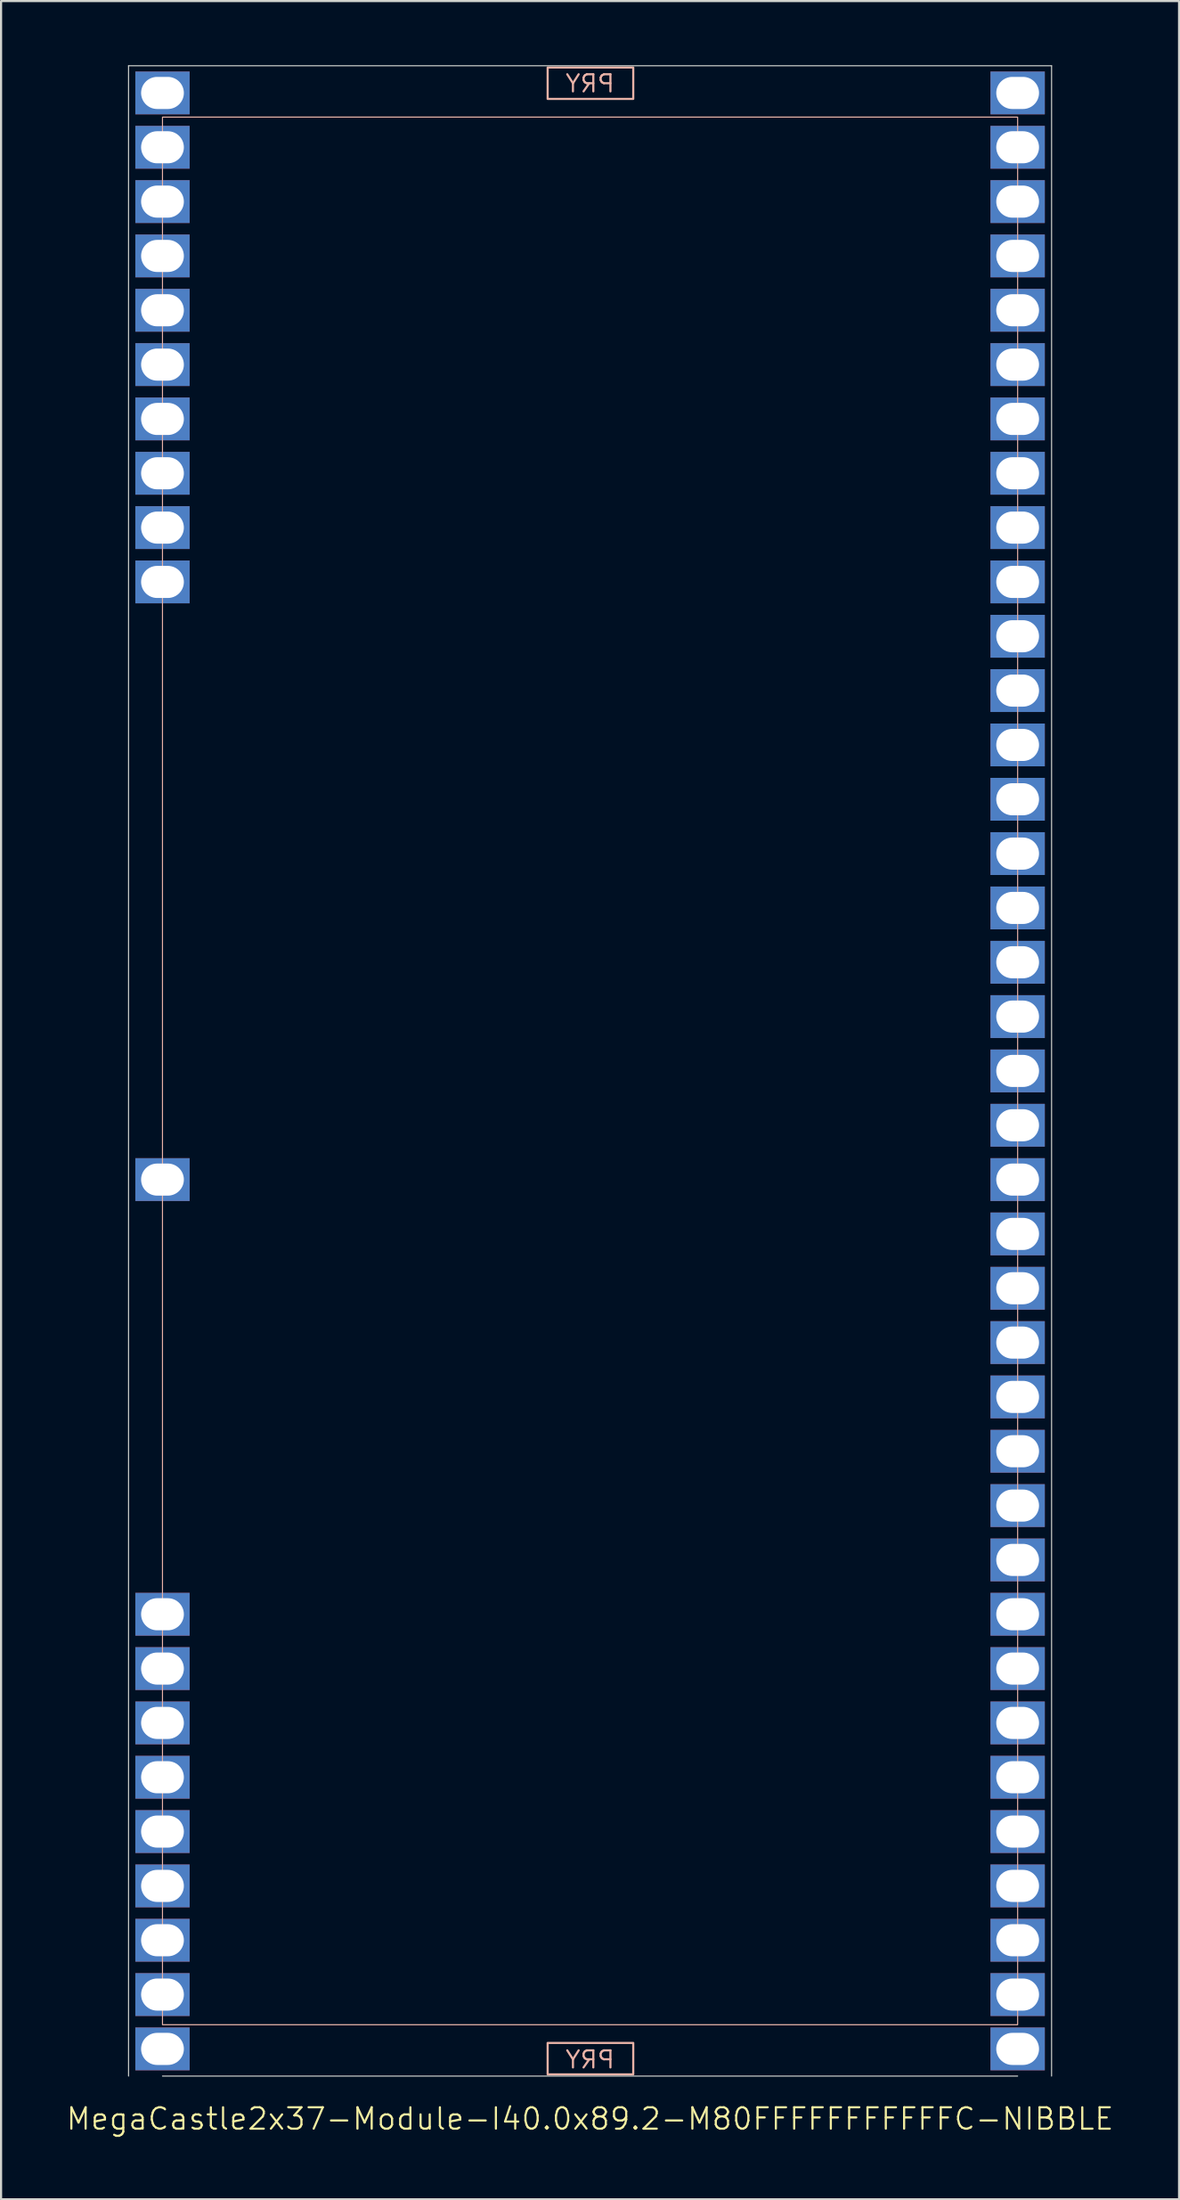
<source format=kicad_pcb>
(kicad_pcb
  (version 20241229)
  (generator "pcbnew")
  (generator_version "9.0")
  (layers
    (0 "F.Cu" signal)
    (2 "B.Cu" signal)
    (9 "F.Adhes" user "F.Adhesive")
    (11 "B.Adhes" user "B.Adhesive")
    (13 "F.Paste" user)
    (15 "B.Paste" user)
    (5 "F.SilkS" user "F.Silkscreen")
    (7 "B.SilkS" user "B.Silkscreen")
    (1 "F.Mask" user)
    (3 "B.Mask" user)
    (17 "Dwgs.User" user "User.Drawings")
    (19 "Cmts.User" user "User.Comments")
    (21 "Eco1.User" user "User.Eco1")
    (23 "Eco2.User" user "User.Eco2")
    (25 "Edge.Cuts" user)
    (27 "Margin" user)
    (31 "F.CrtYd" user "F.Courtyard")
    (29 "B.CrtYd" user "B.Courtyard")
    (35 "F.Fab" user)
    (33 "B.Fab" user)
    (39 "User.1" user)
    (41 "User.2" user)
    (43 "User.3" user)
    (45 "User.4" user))
  (footprint "MegaCastle2x37-Module-I40.0x89.2-M80FFFFFFFFFFFC-NIBBLE"
    (layer "F.Cu")
    (at 24.55 47.015)
    (property "Reference" "MegaCastle2x37-Module-I40.0x89.2-M80FFFFFFFFFFFC-NIBBLE" (at 0 48.99 0) (unlocked yes) (layer "F.SilkS") (effects (font (size 1 1) (thickness 0.1))))
    (attr smd)
    (fp_rect (start -20 44.59) (end 20 -44.59) (stroke (width 0.05) (type default)) (fill no) (layer "B.SilkS"))
    (fp_rect (start -1.984 -45.441) (end 2.02 -46.91) (stroke (width 0.1) (type default)) (fill no) (layer "B.SilkS"))
    (fp_rect (start -1.984 45.441) (end 2.02 46.91) (stroke (width 0.1) (type default)) (fill no) (layer "B.SilkS"))
    (fp_line (start -21.587 -46.99) (end -21.587 46.99) (stroke (width 0.05) (type default)) (layer "Edge.Cuts"))
    (fp_line (start -21.587 -46.99) (end 21.587 -46.99) (stroke (width 0.05) (type default)) (layer "Edge.Cuts"))
    (fp_line (start -20 46.99) (end 20 46.99) (stroke (width 0.05) (type default)) (layer "Edge.Cuts"))
    (fp_line (start 21.587 -46.99) (end 21.587 46.99) (stroke (width 0.05) (type default)) (layer "Edge.Cuts"))
    (fp_text user "PRY" (at 0 -45.69 0) (unlocked yes) (layer "B.SilkS") (effects (font (size 0.8 0.8) (thickness 0.1)) (justify bottom mirror)))
    (fp_text user "PRY" (at 0 46.69 0) (unlocked yes) (layer "B.SilkS") (effects (font (size 0.8 0.8) (thickness 0.1)) (justify bottom mirror)))
    (pad "1" thru_hole rect (at -20 -45.72) (size 2.54 2) (drill oval 2 1.5) (property pad_prop_castellated) (layers "*.Cu" "*.Mask"))
    (pad "2" thru_hole rect (at -20 -43.18) (size 2.54 2) (drill oval 2 1.5) (property pad_prop_castellated) (layers "*.Cu" "*.Mask"))
    (pad "3" thru_hole rect (at -20 -40.64) (size 2.54 2) (drill oval 2 1.5) (property pad_prop_castellated) (layers "*.Cu" "*.Mask"))
    (pad "4" thru_hole rect (at -20 -38.1) (size 2.54 2) (drill oval 2 1.5) (property pad_prop_castellated) (layers "*.Cu" "*.Mask"))
    (pad "5" thru_hole rect (at -20 -35.56) (size 2.54 2) (drill oval 2 1.5) (property pad_prop_castellated) (layers "*.Cu" "*.Mask"))
    (pad "6" thru_hole rect (at -20 -33.02) (size 2.54 2) (drill oval 2 1.5) (property pad_prop_castellated) (layers "*.Cu" "*.Mask"))
    (pad "7" thru_hole rect (at -20 -30.48) (size 2.54 2) (drill oval 2 1.5) (property pad_prop_castellated) (layers "*.Cu" "*.Mask"))
    (pad "8" thru_hole rect (at -20 -27.94) (size 2.54 2) (drill oval 2 1.5) (property pad_prop_castellated) (layers "*.Cu" "*.Mask"))
    (pad "9" thru_hole rect (at -20 -25.4) (size 2.54 2) (drill oval 2 1.5) (property pad_prop_castellated) (layers "*.Cu" "*.Mask"))
    (pad "10" thru_hole rect (at -20 -22.86) (size 2.54 2) (drill oval 2 1.5) (property pad_prop_castellated) (layers "*.Cu" "*.Mask"))
    (pad "21" thru_hole rect (at -20 5.08) (size 2.54 2) (drill oval 2 1.5) (property pad_prop_castellated) (layers "*.Cu" "*.Mask"))
    (pad "29" thru_hole rect (at -20 25.4) (size 2.54 2) (drill oval 2 1.5) (property pad_prop_castellated) (layers "*.Cu" "*.Mask"))
    (pad "30" thru_hole rect (at -20 27.94) (size 2.54 2) (drill oval 2 1.5) (property pad_prop_castellated) (layers "*.Cu" "*.Mask"))
    (pad "31" thru_hole rect (at -20 30.48) (size 2.54 2) (drill oval 2 1.5) (property pad_prop_castellated) (layers "*.Cu" "*.Mask"))
    (pad "32" thru_hole rect (at -20 33.02) (size 2.54 2) (drill oval 2 1.5) (property pad_prop_castellated) (layers "*.Cu" "*.Mask"))
    (pad "33" thru_hole rect (at -20 35.56) (size 2.54 2) (drill oval 2 1.5) (property pad_prop_castellated) (layers "*.Cu" "*.Mask"))
    (pad "34" thru_hole rect (at -20 38.1) (size 2.54 2) (drill oval 2 1.5) (property pad_prop_castellated) (layers "*.Cu" "*.Mask"))
    (pad "35" thru_hole rect (at -20 40.64) (size 2.54 2) (drill oval 2 1.5) (property pad_prop_castellated) (layers "*.Cu" "*.Mask"))
    (pad "36" thru_hole rect (at -20 43.18) (size 2.54 2) (drill oval 2 1.5) (property pad_prop_castellated) (layers "*.Cu" "*.Mask"))
    (pad "37" thru_hole rect (at -20 45.72) (size 2.54 2) (drill oval 2 1.5) (property pad_prop_castellated) (layers "*.Cu" "*.Mask"))
    (pad "38" thru_hole rect (at 20 -45.72) (size 2.54 2) (drill oval 2 1.5) (property pad_prop_castellated) (layers "*.Cu" "*.Mask"))
    (pad "39" thru_hole rect (at 20 -43.18) (size 2.54 2) (drill oval 2 1.5) (property pad_prop_castellated) (layers "*.Cu" "*.Mask"))
    (pad "40" thru_hole rect (at 20 -40.64) (size 2.54 2) (drill oval 2 1.5) (property pad_prop_castellated) (layers "*.Cu" "*.Mask"))
    (pad "41" thru_hole rect (at 20 -38.1) (size 2.54 2) (drill oval 2 1.5) (property pad_prop_castellated) (layers "*.Cu" "*.Mask"))
    (pad "42" thru_hole rect (at 20 -35.56) (size 2.54 2) (drill oval 2 1.5) (property pad_prop_castellated) (layers "*.Cu" "*.Mask"))
    (pad "43" thru_hole rect (at 20 -33.02) (size 2.54 2) (drill oval 2 1.5) (property pad_prop_castellated) (layers "*.Cu" "*.Mask"))
    (pad "44" thru_hole rect (at 20 -30.48) (size 2.54 2) (drill oval 2 1.5) (property pad_prop_castellated) (layers "*.Cu" "*.Mask"))
    (pad "45" thru_hole rect (at 20 -27.94) (size 2.54 2) (drill oval 2 1.5) (property pad_prop_castellated) (layers "*.Cu" "*.Mask"))
    (pad "46" thru_hole rect (at 20 -25.4) (size 2.54 2) (drill oval 2 1.5) (property pad_prop_castellated) (layers "*.Cu" "*.Mask"))
    (pad "47" thru_hole rect (at 20 -22.86) (size 2.54 2) (drill oval 2 1.5) (property pad_prop_castellated) (layers "*.Cu" "*.Mask"))
    (pad "48" thru_hole rect (at 20 -20.32) (size 2.54 2) (drill oval 2 1.5) (property pad_prop_castellated) (layers "*.Cu" "*.Mask"))
    (pad "49" thru_hole rect (at 20 -17.78) (size 2.54 2) (drill oval 2 1.5) (property pad_prop_castellated) (layers "*.Cu" "*.Mask"))
    (pad "50" thru_hole rect (at 20 -15.24) (size 2.54 2) (drill oval 2 1.5) (property pad_prop_castellated) (layers "*.Cu" "*.Mask"))
    (pad "51" thru_hole rect (at 20 -12.7) (size 2.54 2) (drill oval 2 1.5) (property pad_prop_castellated) (layers "*.Cu" "*.Mask"))
    (pad "52" thru_hole rect (at 20 -10.16) (size 2.54 2) (drill oval 2 1.5) (property pad_prop_castellated) (layers "*.Cu" "*.Mask"))
    (pad "53" thru_hole rect (at 20 -7.62) (size 2.54 2) (drill oval 2 1.5) (property pad_prop_castellated) (layers "*.Cu" "*.Mask"))
    (pad "54" thru_hole rect (at 20 -5.08) (size 2.54 2) (drill oval 2 1.5) (property pad_prop_castellated) (layers "*.Cu" "*.Mask"))
    (pad "55" thru_hole rect (at 20 -2.54) (size 2.54 2) (drill oval 2 1.5) (property pad_prop_castellated) (layers "*.Cu" "*.Mask"))
    (pad "56" thru_hole rect (at 20 0) (size 2.54 2) (drill oval 2 1.5) (property pad_prop_castellated) (layers "*.Cu" "*.Mask"))
    (pad "57" thru_hole rect (at 20 2.54) (size 2.54 2) (drill oval 2 1.5) (property pad_prop_castellated) (layers "*.Cu" "*.Mask"))
    (pad "58" thru_hole rect (at 20 5.08) (size 2.54 2) (drill oval 2 1.5) (property pad_prop_castellated) (layers "*.Cu" "*.Mask"))
    (pad "59" thru_hole rect (at 20 7.62) (size 2.54 2) (drill oval 2 1.5) (property pad_prop_castellated) (layers "*.Cu" "*.Mask"))
    (pad "60" thru_hole rect (at 20 10.16) (size 2.54 2) (drill oval 2 1.5) (property pad_prop_castellated) (layers "*.Cu" "*.Mask"))
    (pad "61" thru_hole rect (at 20 12.7) (size 2.54 2) (drill oval 2 1.5) (property pad_prop_castellated) (layers "*.Cu" "*.Mask"))
    (pad "62" thru_hole rect (at 20 15.24) (size 2.54 2) (drill oval 2 1.5) (property pad_prop_castellated) (layers "*.Cu" "*.Mask"))
    (pad "63" thru_hole rect (at 20 17.78) (size 2.54 2) (drill oval 2 1.5) (property pad_prop_castellated) (layers "*.Cu" "*.Mask"))
    (pad "64" thru_hole rect (at 20 20.32) (size 2.54 2) (drill oval 2 1.5) (property pad_prop_castellated) (layers "*.Cu" "*.Mask"))
    (pad "65" thru_hole rect (at 20 22.86) (size 2.54 2) (drill oval 2 1.5) (property pad_prop_castellated) (layers "*.Cu" "*.Mask"))
    (pad "66" thru_hole rect (at 20 25.4) (size 2.54 2) (drill oval 2 1.5) (property pad_prop_castellated) (layers "*.Cu" "*.Mask"))
    (pad "67" thru_hole rect (at 20 27.94) (size 2.54 2) (drill oval 2 1.5) (property pad_prop_castellated) (layers "*.Cu" "*.Mask"))
    (pad "68" thru_hole rect (at 20 30.48) (size 2.54 2) (drill oval 2 1.5) (property pad_prop_castellated) (layers "*.Cu" "*.Mask"))
    (pad "69" thru_hole rect (at 20 33.02) (size 2.54 2) (drill oval 2 1.5) (property pad_prop_castellated) (layers "*.Cu" "*.Mask"))
    (pad "70" thru_hole rect (at 20 35.56) (size 2.54 2) (drill oval 2 1.5) (property pad_prop_castellated) (layers "*.Cu" "*.Mask"))
    (pad "71" thru_hole rect (at 20 38.1) (size 2.54 2) (drill oval 2 1.5) (property pad_prop_castellated) (layers "*.Cu" "*.Mask"))
    (pad "72" thru_hole rect (at 20 40.64) (size 2.54 2) (drill oval 2 1.5) (property pad_prop_castellated) (layers "*.Cu" "*.Mask"))
    (pad "73" thru_hole rect (at 20 43.18) (size 2.54 2) (drill oval 2 1.5) (property pad_prop_castellated) (layers "*.Cu" "*.Mask"))
    (pad "74" thru_hole rect (at 20 45.72) (size 2.54 2) (drill oval 2 1.5) (property pad_prop_castellated) (layers "*.Cu" "*.Mask"))
    (zone (net_name "") (layer "B.Cu") (hatch edge 0.5) (connect_pads) (min_thickness 0.25) (filled_areas_thickness no) (keepout (tracks allowed) (vias allowed) (pads allowed) (copperpour allowed) (footprints not_allowed)) (placement (enabled no)) (fill) (polygon (pts (xy 4.55 94.005) (xy 4.55 0.025))))
    (zone (net_name "") (layer "B.Cu") (hatch edge 0.5) (connect_pads) (min_thickness 0.25) (filled_areas_thickness no) (keepout (tracks allowed) (vias allowed) (pads allowed) (copperpour allowed) (footprints not_allowed)) (placement (enabled no)) (fill) (polygon (pts (xy 44.55 94.005) (xy 44.55 0.025))))
    (zone (net_name "") (layer "B.Cu") (hatch edge 0.5) (connect_pads) (min_thickness 0.25) (filled_areas_thickness no) (keepout (tracks allowed) (vias allowed) (pads allowed) (copperpour allowed) (footprints not_allowed)) (placement (enabled no)) (fill) (polygon (pts (xy 4.55 0.025) (xy 4.55 2.425) (xy 44.55 2.425) (xy 44.55 0.025))))
    (zone (net_name "") (layer "B.Cu") (hatch edge 0.5) (connect_pads) (min_thickness 0.25) (filled_areas_thickness no) (keepout (tracks allowed) (vias allowed) (pads allowed) (copperpour allowed) (footprints not_allowed)) (placement (enabled no)) (fill) (polygon (pts (xy 4.55 94.005) (xy 4.55 91.605) (xy 44.55 91.605) (xy 44.55 94.005))))
    (zone (net_name "") (layer "B.Cu") (name "Upper Pry Zone") (hatch edge 0.5) (connect_pads) (min_thickness 0.25) (filled_areas_thickness no) (keepout (tracks not_allowed) (vias not_allowed) (pads not_allowed) (copperpour allowed) (footprints not_allowed)) (placement (enabled no)) (fill) (polygon (pts (xy 22.566 1.574) (xy 22.566 0.105) (xy 26.57 0.105) (xy 26.57 1.574))))
    (zone (net_name "") (layer "B.Cu") (name "Upper Pry Zone") (hatch edge 0.5) (connect_pads) (min_thickness 0.25) (filled_areas_thickness no) (keepout (tracks not_allowed) (vias not_allowed) (pads not_allowed) (copperpour allowed) (footprints not_allowed)) (placement (enabled no)) (fill) (polygon (pts (xy 22.566 92.456) (xy 22.566 93.925) (xy 26.57 93.925) (xy 26.57 92.456)))))
  (gr_rect
    (start -3 -3)
    (end 52.1 99.766)
    (stroke (width 0.1) (type default))
    (fill no)
    (layer "Edge.Cuts")))
</source>
